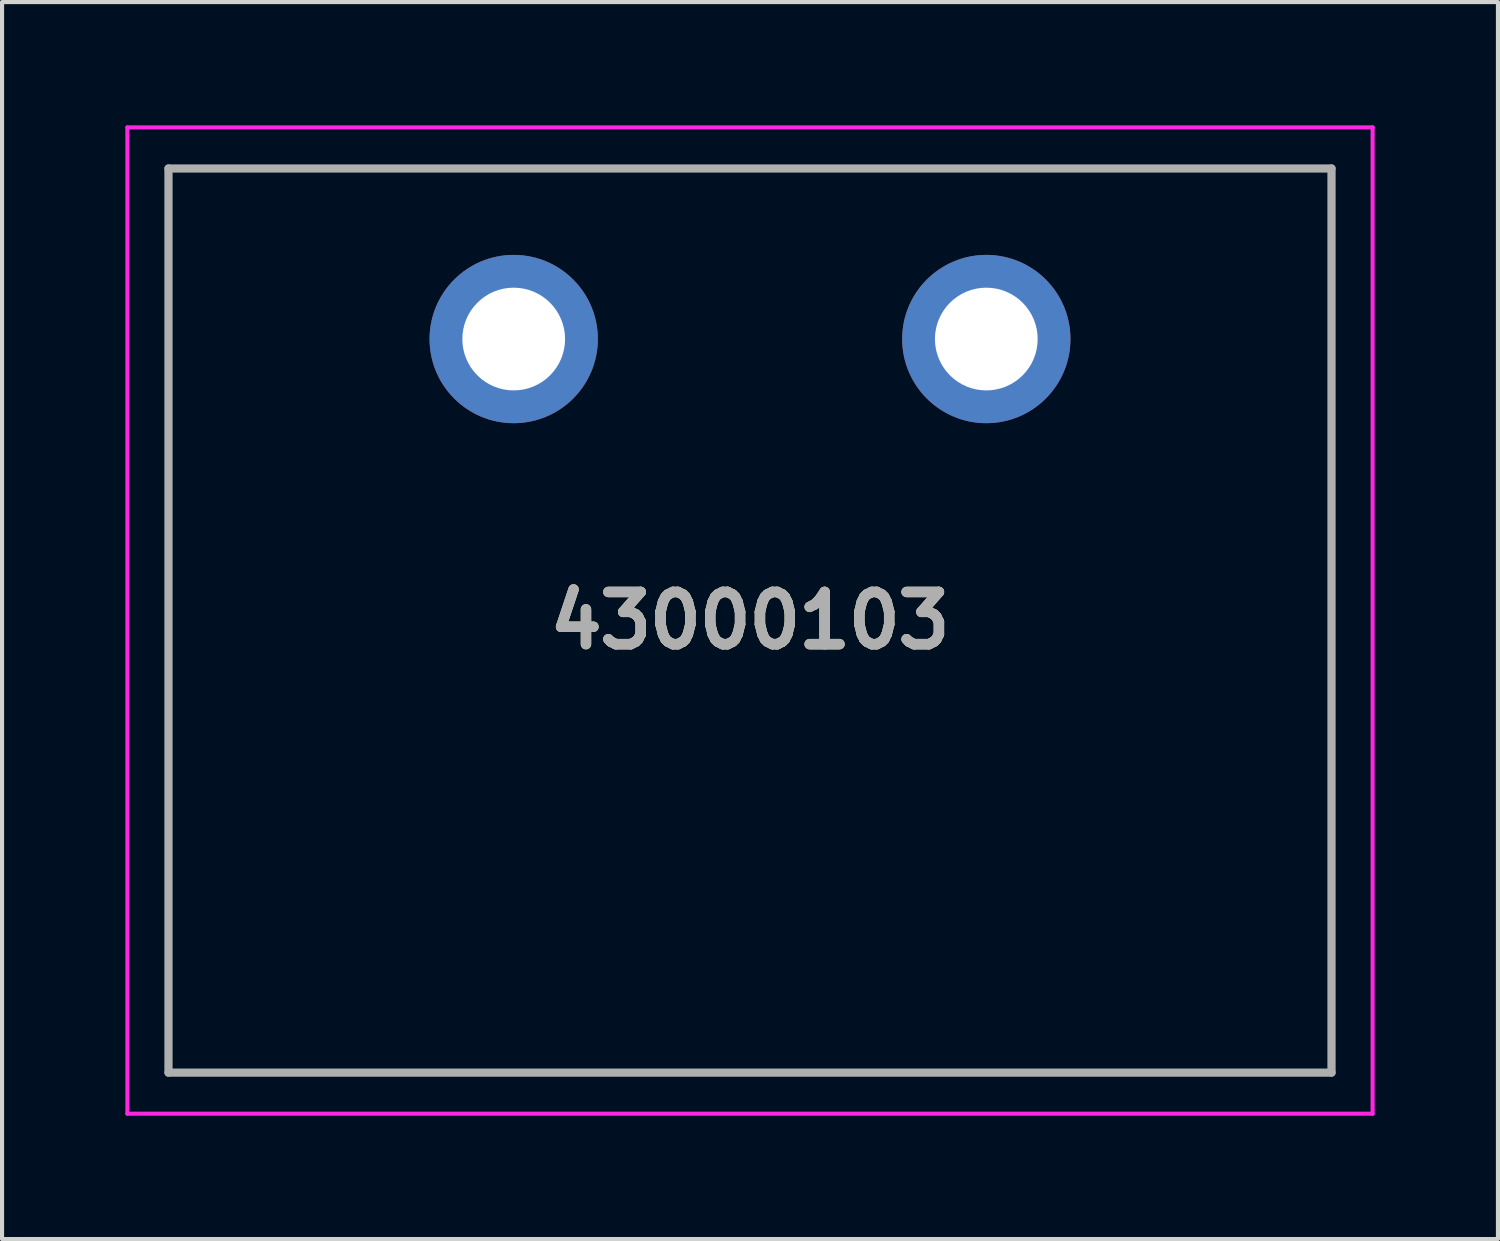
<source format=kicad_pcb>
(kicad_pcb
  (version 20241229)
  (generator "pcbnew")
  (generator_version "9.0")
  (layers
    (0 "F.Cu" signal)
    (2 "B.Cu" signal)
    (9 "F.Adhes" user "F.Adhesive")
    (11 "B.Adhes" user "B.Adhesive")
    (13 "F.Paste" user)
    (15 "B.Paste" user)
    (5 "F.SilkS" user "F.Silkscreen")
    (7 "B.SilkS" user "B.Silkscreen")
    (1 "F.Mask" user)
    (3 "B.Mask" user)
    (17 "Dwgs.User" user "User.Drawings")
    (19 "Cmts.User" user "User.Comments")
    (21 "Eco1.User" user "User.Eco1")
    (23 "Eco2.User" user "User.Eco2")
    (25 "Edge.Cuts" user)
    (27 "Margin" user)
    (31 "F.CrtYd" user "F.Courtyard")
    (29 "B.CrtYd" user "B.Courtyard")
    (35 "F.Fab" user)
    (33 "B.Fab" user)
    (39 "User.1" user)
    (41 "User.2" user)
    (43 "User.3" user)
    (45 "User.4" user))
  (footprint "43000103"
    (layer "F.Cu")
    (at 9.45 5.2)
    (property "Reference" "43000103" (at 5.75 6.85 0) (layer "F.SilkS") (effects (font (size 1.27 1.27) (thickness 0.254))))
    (attr through_hole)
    (fp_line (start -8.4 -4.15) (end 19.9 -4.15) (stroke (width 0.1) (type solid)) (layer "F.SilkS"))
    (fp_line (start -8.4 17.85) (end -8.4 -4.15) (stroke (width 0.1) (type solid)) (layer "F.SilkS"))
    (fp_line (start 19.9 -4.15) (end 19.9 17.85) (stroke (width 0.1) (type solid)) (layer "F.SilkS"))
    (fp_line (start 19.9 17.85) (end -8.4 17.85) (stroke (width 0.1) (type solid)) (layer "F.SilkS"))
    (fp_line (start -9.4 -5.15) (end 20.9 -5.15) (stroke (width 0.1) (type solid)) (layer "F.CrtYd"))
    (fp_line (start -9.4 18.85) (end -9.4 -5.15) (stroke (width 0.1) (type solid)) (layer "F.CrtYd"))
    (fp_line (start 20.9 -5.15) (end 20.9 18.85) (stroke (width 0.1) (type solid)) (layer "F.CrtYd"))
    (fp_line (start 20.9 18.85) (end -9.4 18.85) (stroke (width 0.1) (type solid)) (layer "F.CrtYd"))
    (fp_line (start -8.4 -4.15) (end -8.4 17.85) (stroke (width 0.2) (type solid)) (layer "F.Fab"))
    (fp_line (start -8.4 17.85) (end 19.9 17.85) (stroke (width 0.2) (type solid)) (layer "F.Fab"))
    (fp_line (start 19.9 -4.15) (end -8.4 -4.15) (stroke (width 0.2) (type solid)) (layer "F.Fab"))
    (fp_line (start 19.9 17.85) (end 19.9 -4.15) (stroke (width 0.2) (type solid)) (layer "F.Fab"))
    (fp_text user "${REFERENCE}" (at 5.75 6.85 0) (layer "F.Fab") (effects (font (size 1.27 1.27) (thickness 0.254))))
    (pad "1" thru_hole circle (at 0 0) (size 4.095 4.095) (drill 2.5) (layers "*.Cu" "*.Mask"))
    (pad "2" thru_hole circle (at 11.5 0) (size 4.095 4.095) (drill 2.5) (layers "*.Cu" "*.Mask")))
  (gr_rect
    (start -3 -3)
    (end 33.4 27.1)
    (stroke (width 0.1) (type default))
    (fill no)
    (layer "Edge.Cuts")))
</source>
